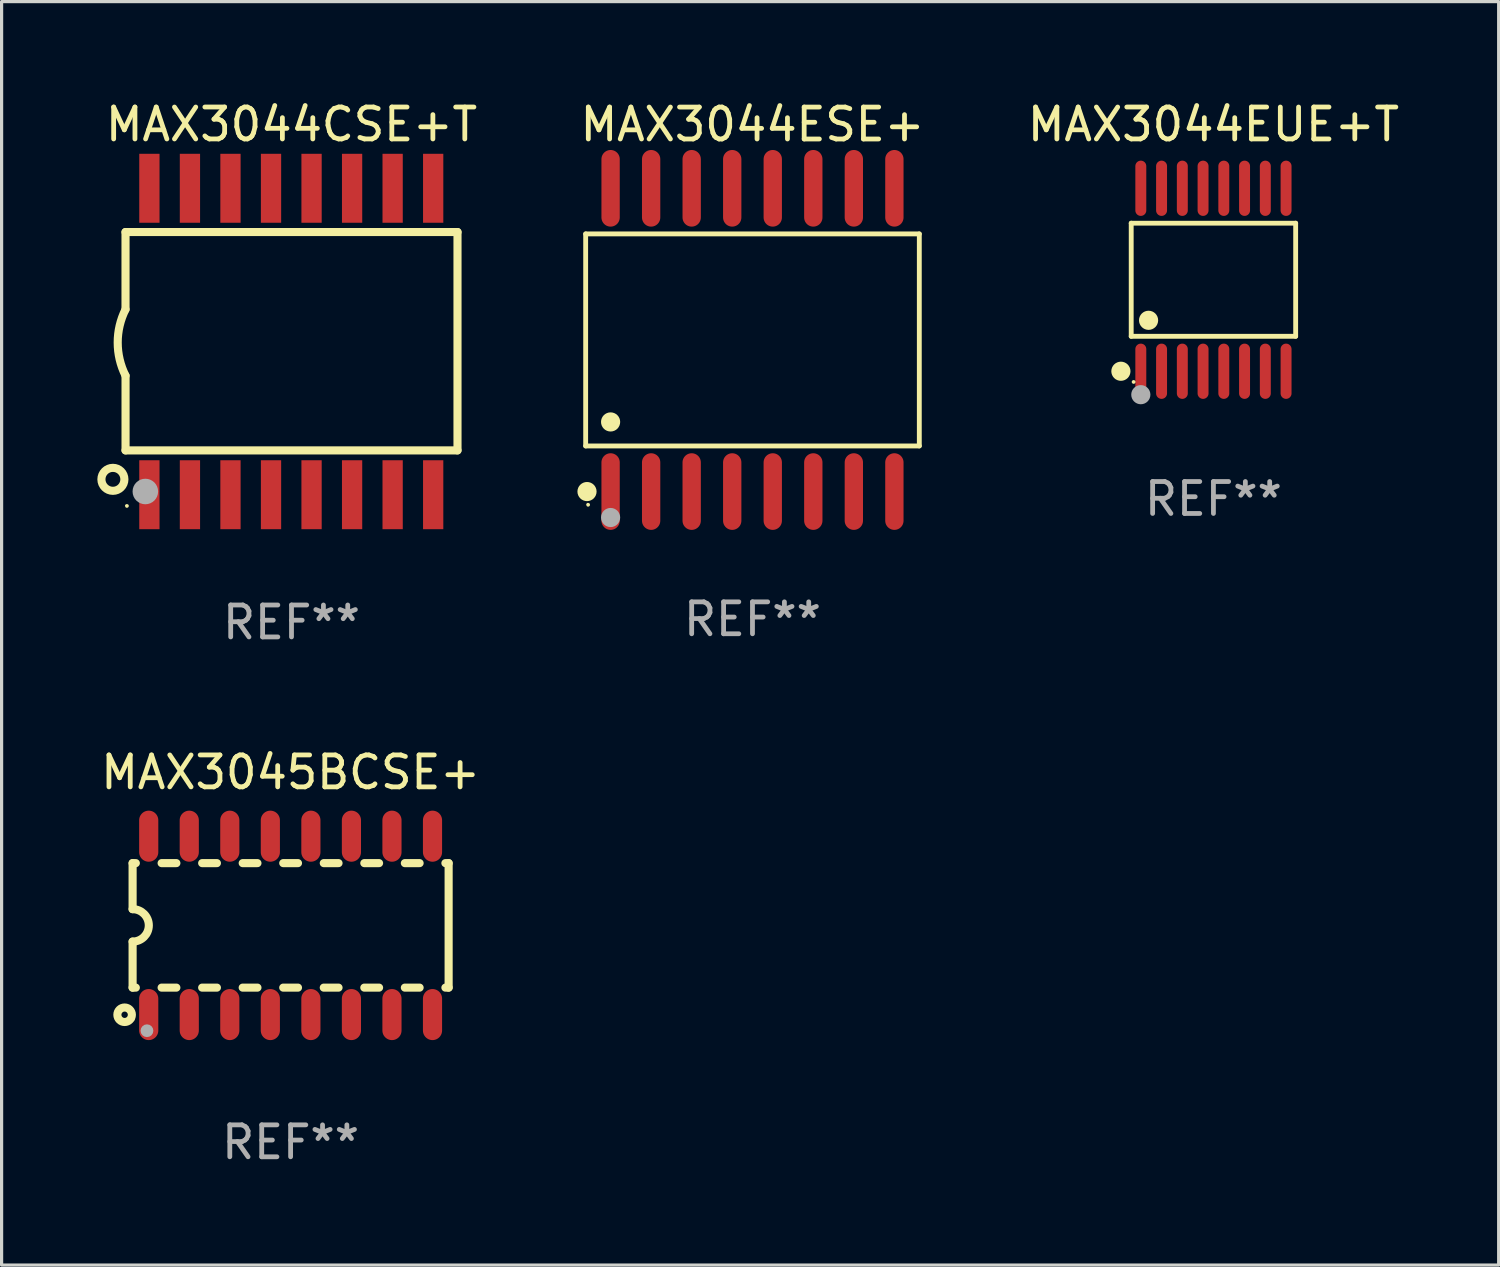
<source format=kicad_pcb>
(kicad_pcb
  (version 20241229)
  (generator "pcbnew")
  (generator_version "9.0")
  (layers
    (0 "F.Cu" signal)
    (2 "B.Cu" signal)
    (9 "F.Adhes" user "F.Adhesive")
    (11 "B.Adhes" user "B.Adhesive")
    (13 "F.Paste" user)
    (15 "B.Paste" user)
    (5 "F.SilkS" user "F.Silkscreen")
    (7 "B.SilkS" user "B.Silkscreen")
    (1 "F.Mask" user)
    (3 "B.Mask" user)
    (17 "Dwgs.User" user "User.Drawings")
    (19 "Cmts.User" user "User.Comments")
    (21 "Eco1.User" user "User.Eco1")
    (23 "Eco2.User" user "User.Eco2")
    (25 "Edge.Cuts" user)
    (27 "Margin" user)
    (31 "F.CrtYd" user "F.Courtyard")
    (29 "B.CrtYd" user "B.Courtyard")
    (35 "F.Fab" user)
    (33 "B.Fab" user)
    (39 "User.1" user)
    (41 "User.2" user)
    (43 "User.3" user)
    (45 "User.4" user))
  (footprint "MAX3044CSE+T"
    (layer "F.Cu")
    (at 6.082 7.648)
    (property "Reference" "MAX3044CSE+T" (at 0 -6.8 0) (layer "F.SilkS") (effects (font (size 1 1) (thickness 0.15))))
    (attr through_hole)
    (fp_line (start -5.2 -3.429) (end -5.2 -1.005) (stroke (width 0.254) (type solid)) (layer "F.SilkS"))
    (fp_line (start -5.2 -3.429) (end 5.2 -3.429) (stroke (width 0.254) (type solid)) (layer "F.SilkS"))
    (fp_line (start -5.2 3.411) (end 5.2 3.411) (stroke (width 0.254) (type solid)) (layer "F.SilkS"))
    (fp_line (start -5.199 1.071) (end -5.199 3.411) (stroke (width 0.254) (type solid)) (layer "F.SilkS"))
    (fp_line (start 5.2 -3.429) (end 5.2 3.411) (stroke (width 0.254) (type solid)) (layer "F.SilkS"))
    (fp_arc (start -5.199391 1.07079) (mid -5.444637 0.032863) (end -5.2 -1.005207) (stroke (width 0.254001) (type solid)) (layer "F.SilkS"))
    (fp_circle (center -5.595 4.318) (end -5.235 4.318) (stroke (width 0.254) (type solid)) (fill no) (layer "F.SilkS"))
    (fp_circle (center -5.157 5.15) (end -5.127 5.15) (stroke (width 0.06) (type solid)) (fill no) (layer "F.SilkS"))
    (fp_circle (center -4.579 4.699) (end -4.379 4.699) (stroke (width 0.4) (type solid)) (fill no) (layer "F.Fab"))
    (fp_text user "REF**" (at 0 8.8 0) (layer "F.Fab") (effects (font (size 1 1) (thickness 0.15))))
    (pad "1" smd rect (at -4.452 4.8) (size 0.635 2.16) (layers "F.Cu" "F.Mask" "F.Paste"))
    (pad "2" smd rect (at -3.182 4.8) (size 0.635 2.16) (layers "F.Cu" "F.Mask" "F.Paste"))
    (pad "3" smd rect (at -1.912 4.8) (size 0.635 2.16) (layers "F.Cu" "F.Mask" "F.Paste"))
    (pad "4" smd rect (at -0.642 4.8) (size 0.635 2.16) (layers "F.Cu" "F.Mask" "F.Paste"))
    (pad "5" smd rect (at 0.628 4.8) (size 0.635 2.16) (layers "F.Cu" "F.Mask" "F.Paste"))
    (pad "6" smd rect (at 1.898 4.8) (size 0.635 2.16) (layers "F.Cu" "F.Mask" "F.Paste"))
    (pad "7" smd rect (at 3.168 4.8) (size 0.635 2.16) (layers "F.Cu" "F.Mask" "F.Paste"))
    (pad "8" smd rect (at 4.438 4.8) (size 0.635 2.16) (layers "F.Cu" "F.Mask" "F.Paste"))
    (pad "9" smd rect (at 4.438 -4.8) (size 0.635 2.16) (layers "F.Cu" "F.Mask" "F.Paste"))
    (pad "10" smd rect (at 3.168 -4.8) (size 0.635 2.16) (layers "F.Cu" "F.Mask" "F.Paste"))
    (pad "11" smd rect (at 1.898 -4.8) (size 0.635 2.16) (layers "F.Cu" "F.Mask" "F.Paste"))
    (pad "12" smd rect (at 0.628 -4.8) (size 0.635 2.16) (layers "F.Cu" "F.Mask" "F.Paste"))
    (pad "13" smd rect (at -0.642 -4.8) (size 0.635 2.16) (layers "F.Cu" "F.Mask" "F.Paste"))
    (pad "14" smd rect (at -1.912 -4.8) (size 0.635 2.16) (layers "F.Cu" "F.Mask" "F.Paste"))
    (pad "15" smd rect (at -3.182 -4.8) (size 0.635 2.16) (layers "F.Cu" "F.Mask" "F.Paste"))
    (pad "16" smd rect (at -4.452 -4.8) (size 0.635 2.16) (layers "F.Cu" "F.Mask" "F.Paste")))
  (footprint "MAX3045BCSE+"
    (layer "F.Cu")
    (at 6.054 25.939)
    (property "Reference" "MAX3045BCSE+" (at 0 -4.794 0) (layer "F.SilkS") (effects (font (size 1 1) (thickness 0.15))))
    (attr through_hole)
    (fp_line (start -4.95 -1.95) (end -4.95 -0.508) (stroke (width 0.254) (type solid)) (layer "F.SilkS"))
    (fp_line (start -4.95 -1.95) (end -4.849 -1.95) (stroke (width 0.254) (type solid)) (layer "F.SilkS"))
    (fp_line (start -4.95 1.95) (end -4.95 0.508) (stroke (width 0.254) (type solid)) (layer "F.SilkS"))
    (fp_line (start -4.95 1.95) (end -4.849 1.95) (stroke (width 0.254) (type solid)) (layer "F.SilkS"))
    (fp_line (start -4.041 -1.95) (end -3.579 -1.95) (stroke (width 0.254) (type solid)) (layer "F.SilkS"))
    (fp_line (start -4.041 1.95) (end -3.579 1.95) (stroke (width 0.254) (type solid)) (layer "F.SilkS"))
    (fp_line (start -2.771 -1.95) (end -2.309 -1.95) (stroke (width 0.254) (type solid)) (layer "F.SilkS"))
    (fp_line (start -2.771 1.95) (end -2.309 1.95) (stroke (width 0.254) (type solid)) (layer "F.SilkS"))
    (fp_line (start -1.501 -1.95) (end -1.039 -1.95) (stroke (width 0.254) (type solid)) (layer "F.SilkS"))
    (fp_line (start -1.501 1.95) (end -1.039 1.95) (stroke (width 0.254) (type solid)) (layer "F.SilkS"))
    (fp_line (start -0.231 -1.95) (end 0.231 -1.95) (stroke (width 0.254) (type solid)) (layer "F.SilkS"))
    (fp_line (start -0.231 1.95) (end 0.231 1.95) (stroke (width 0.254) (type solid)) (layer "F.SilkS"))
    (fp_line (start 1.039 -1.95) (end 1.501 -1.95) (stroke (width 0.254) (type solid)) (layer "F.SilkS"))
    (fp_line (start 1.039 1.95) (end 1.501 1.95) (stroke (width 0.254) (type solid)) (layer "F.SilkS"))
    (fp_line (start 2.309 -1.95) (end 2.771 -1.95) (stroke (width 0.254) (type solid)) (layer "F.SilkS"))
    (fp_line (start 2.309 1.95) (end 2.771 1.95) (stroke (width 0.254) (type solid)) (layer "F.SilkS"))
    (fp_line (start 3.579 -1.95) (end 4.041 -1.95) (stroke (width 0.254) (type solid)) (layer "F.SilkS"))
    (fp_line (start 3.579 1.95) (end 4.041 1.95) (stroke (width 0.254) (type solid)) (layer "F.SilkS"))
    (fp_line (start 4.849 -1.95) (end 4.95 -1.95) (stroke (width 0.254) (type solid)) (layer "F.SilkS"))
    (fp_line (start 4.849 1.95) (end 4.95 1.95) (stroke (width 0.254) (type solid)) (layer "F.SilkS"))
    (fp_line (start 4.95 -1.95) (end 4.95 1.95) (stroke (width 0.254) (type solid)) (layer "F.SilkS"))
    (fp_arc (start -4.95047 -0.508001) (mid -4.442469 -0.000228) (end -4.950013 0.508001) (stroke (width 0.254001) (type solid)) (layer "F.SilkS"))
    (fp_circle (center -5.2 2.8) (end -5.1 2.8) (stroke (width 0.254) (type solid)) (fill no) (layer "F.SilkS"))
    (fp_circle (center -4.95 2.947) (end -4.92 2.947) (stroke (width 0.06) (type solid)) (fill no) (layer "F.SilkS"))
    (fp_circle (center -4.5 3.3) (end -4.4 3.3) (stroke (width 0.2) (type solid)) (fill no) (layer "F.Fab"))
    (fp_text user "REF**" (at 0 6.794 0) (layer "F.Fab") (effects (font (size 1 1) (thickness 0.15))))
    (pad "1" smd oval (at -4.445 2.794) (size 0.6 1.6) (layers "F.Cu" "F.Mask" "F.Paste"))
    (pad "2" smd oval (at -3.175 2.794) (size 0.6 1.6) (layers "F.Cu" "F.Mask" "F.Paste"))
    (pad "3" smd oval (at -1.905 2.794) (size 0.6 1.6) (layers "F.Cu" "F.Mask" "F.Paste"))
    (pad "4" smd oval (at -0.635 2.794) (size 0.6 1.6) (layers "F.Cu" "F.Mask" "F.Paste"))
    (pad "5" smd oval (at 0.635 2.794) (size 0.6 1.6) (layers "F.Cu" "F.Mask" "F.Paste"))
    (pad "6" smd oval (at 1.905 2.794) (size 0.6 1.6) (layers "F.Cu" "F.Mask" "F.Paste"))
    (pad "7" smd oval (at 3.175 2.794) (size 0.6 1.6) (layers "F.Cu" "F.Mask" "F.Paste"))
    (pad "8" smd oval (at 4.445 2.794) (size 0.6 1.6) (layers "F.Cu" "F.Mask" "F.Paste"))
    (pad "9" smd oval (at 4.445 -2.794) (size 0.6 1.6) (layers "F.Cu" "F.Mask" "F.Paste"))
    (pad "10" smd oval (at 3.175 -2.794) (size 0.6 1.6) (layers "F.Cu" "F.Mask" "F.Paste"))
    (pad "11" smd oval (at 1.905 -2.794) (size 0.6 1.6) (layers "F.Cu" "F.Mask" "F.Paste"))
    (pad "12" smd oval (at 0.635 -2.794) (size 0.6 1.6) (layers "F.Cu" "F.Mask" "F.Paste"))
    (pad "13" smd oval (at -0.635 -2.794) (size 0.6 1.6) (layers "F.Cu" "F.Mask" "F.Paste"))
    (pad "14" smd oval (at -1.905 -2.794) (size 0.6 1.6) (layers "F.Cu" "F.Mask" "F.Paste"))
    (pad "15" smd oval (at -3.175 -2.794) (size 0.6 1.6) (layers "F.Cu" "F.Mask" "F.Paste"))
    (pad "16" smd oval (at -4.445 -2.794) (size 0.6 1.6) (layers "F.Cu" "F.Mask" "F.Paste")))
  (footprint "MAX3044EUE+T"
    (layer "F.Cu")
    (at 34.963 5.714)
    (property "Reference" "MAX3044EUE+T" (at 0 -4.866 0) (layer "F.SilkS") (effects (font (size 1 1) (thickness 0.15))))
    (attr through_hole)
    (fp_line (start -2.576 -1.772) (end 2.576 -1.772) (stroke (width 0.152) (type solid)) (layer "F.SilkS"))
    (fp_line (start -2.576 1.771) (end -2.576 -1.772) (stroke (width 0.152) (type solid)) (layer "F.SilkS"))
    (fp_line (start 2.576 -1.772) (end 2.576 1.771) (stroke (width 0.152) (type solid)) (layer "F.SilkS"))
    (fp_line (start 2.576 1.771) (end -2.576 1.771) (stroke (width 0.152) (type solid)) (layer "F.SilkS"))
    (fp_circle (center -2.899 2.866) (end -2.749 2.866) (stroke (width 0.3) (type solid)) (fill no) (layer "F.SilkS"))
    (fp_circle (center -2.5 3.2) (end -2.47 3.2) (stroke (width 0.06) (type solid)) (fill no) (layer "F.SilkS"))
    (fp_circle (center -2.032 1.27) (end -1.882 1.27) (stroke (width 0.3) (type solid)) (fill no) (layer "F.SilkS"))
    (fp_circle (center -2.275 3.6) (end -2.125 3.6) (stroke (width 0.3) (type solid)) (fill no) (layer "F.Fab"))
    (fp_text user "REF**" (at 0 6.866 0) (layer "F.Fab") (effects (font (size 1 1) (thickness 0.15))))
    (pad "1" smd oval (at -2.275 2.866) (size 0.343 1.731) (layers "F.Cu" "F.Mask" "F.Paste"))
    (pad "2" smd oval (at -1.625 2.866) (size 0.343 1.731) (layers "F.Cu" "F.Mask" "F.Paste"))
    (pad "3" smd oval (at -0.975 2.866) (size 0.343 1.731) (layers "F.Cu" "F.Mask" "F.Paste"))
    (pad "4" smd oval (at -0.325 2.866) (size 0.343 1.731) (layers "F.Cu" "F.Mask" "F.Paste"))
    (pad "5" smd oval (at 0.325 2.866) (size 0.343 1.731) (layers "F.Cu" "F.Mask" "F.Paste"))
    (pad "6" smd oval (at 0.975 2.866) (size 0.343 1.731) (layers "F.Cu" "F.Mask" "F.Paste"))
    (pad "7" smd oval (at 1.625 2.866) (size 0.343 1.731) (layers "F.Cu" "F.Mask" "F.Paste"))
    (pad "8" smd oval (at 2.275 2.866) (size 0.343 1.731) (layers "F.Cu" "F.Mask" "F.Paste"))
    (pad "9" smd oval (at 2.275 -2.866) (size 0.343 1.731) (layers "F.Cu" "F.Mask" "F.Paste"))
    (pad "10" smd oval (at 1.625 -2.866) (size 0.343 1.731) (layers "F.Cu" "F.Mask" "F.Paste"))
    (pad "11" smd oval (at 0.975 -2.866) (size 0.343 1.731) (layers "F.Cu" "F.Mask" "F.Paste"))
    (pad "12" smd oval (at 0.325 -2.866) (size 0.343 1.731) (layers "F.Cu" "F.Mask" "F.Paste"))
    (pad "13" smd oval (at -0.325 -2.866) (size 0.343 1.731) (layers "F.Cu" "F.Mask" "F.Paste"))
    (pad "14" smd oval (at -0.975 -2.866) (size 0.343 1.731) (layers "F.Cu" "F.Mask" "F.Paste"))
    (pad "15" smd oval (at -1.625 -2.866) (size 0.343 1.731) (layers "F.Cu" "F.Mask" "F.Paste"))
    (pad "16" smd oval (at -2.275 -2.866) (size 0.343 1.731) (layers "F.Cu" "F.Mask" "F.Paste")))
  (footprint "MAX3044ESE+"
    (layer "F.Cu")
    (at 20.523 7.599)
    (property "Reference" "MAX3044ESE+" (at 0 -6.75 0) (layer "F.SilkS") (effects (font (size 1 1) (thickness 0.15))))
    (attr through_hole)
    (fp_line (start -5.226 -3.321) (end 5.226 -3.321) (stroke (width 0.152) (type solid)) (layer "F.SilkS"))
    (fp_line (start -5.226 3.321) (end -5.226 -3.321) (stroke (width 0.152) (type solid)) (layer "F.SilkS"))
    (fp_line (start 5.226 -3.321) (end 5.226 3.321) (stroke (width 0.152) (type solid)) (layer "F.SilkS"))
    (fp_line (start 5.226 3.321) (end -5.226 3.321) (stroke (width 0.152) (type solid)) (layer "F.SilkS"))
    (fp_circle (center -5.184 4.75) (end -5.034 4.75) (stroke (width 0.3) (type solid)) (fill no) (layer "F.SilkS"))
    (fp_circle (center -5.15 5.163) (end -5.12 5.163) (stroke (width 0.06) (type solid)) (fill no) (layer "F.SilkS"))
    (fp_circle (center -4.445 2.569) (end -4.295 2.569) (stroke (width 0.3) (type solid)) (fill no) (layer "F.SilkS"))
    (fp_circle (center -4.445 5.563) (end -4.295 5.563) (stroke (width 0.3) (type solid)) (fill no) (layer "F.Fab"))
    (fp_text user "REF**" (at 0 8.75 0) (layer "F.Fab") (effects (font (size 1 1) (thickness 0.15))))
    (pad "1" smd oval (at -4.445 4.75) (size 0.574 2.401) (layers "F.Cu" "F.Mask" "F.Paste"))
    (pad "2" smd oval (at -3.175 4.75) (size 0.574 2.401) (layers "F.Cu" "F.Mask" "F.Paste"))
    (pad "3" smd oval (at -1.905 4.75) (size 0.574 2.401) (layers "F.Cu" "F.Mask" "F.Paste"))
    (pad "4" smd oval (at -0.635 4.75) (size 0.574 2.401) (layers "F.Cu" "F.Mask" "F.Paste"))
    (pad "5" smd oval (at 0.635 4.75) (size 0.574 2.401) (layers "F.Cu" "F.Mask" "F.Paste"))
    (pad "6" smd oval (at 1.905 4.75) (size 0.574 2.401) (layers "F.Cu" "F.Mask" "F.Paste"))
    (pad "7" smd oval (at 3.175 4.75) (size 0.574 2.401) (layers "F.Cu" "F.Mask" "F.Paste"))
    (pad "8" smd oval (at 4.445 4.75) (size 0.574 2.401) (layers "F.Cu" "F.Mask" "F.Paste"))
    (pad "9" smd oval (at 4.445 -4.75) (size 0.574 2.401) (layers "F.Cu" "F.Mask" "F.Paste"))
    (pad "10" smd oval (at 3.175 -4.75) (size 0.574 2.401) (layers "F.Cu" "F.Mask" "F.Paste"))
    (pad "11" smd oval (at 1.905 -4.75) (size 0.574 2.401) (layers "F.Cu" "F.Mask" "F.Paste"))
    (pad "12" smd oval (at 0.635 -4.75) (size 0.574 2.401) (layers "F.Cu" "F.Mask" "F.Paste"))
    (pad "13" smd oval (at -0.635 -4.75) (size 0.574 2.401) (layers "F.Cu" "F.Mask" "F.Paste"))
    (pad "14" smd oval (at -1.905 -4.75) (size 0.574 2.401) (layers "F.Cu" "F.Mask" "F.Paste"))
    (pad "15" smd oval (at -3.175 -4.75) (size 0.574 2.401) (layers "F.Cu" "F.Mask" "F.Paste"))
    (pad "16" smd oval (at -4.445 -4.75) (size 0.574 2.401) (layers "F.Cu" "F.Mask" "F.Paste")))
  (gr_rect
    (start -3 -3)
    (end 43.898 36.581)
    (stroke (width 0.1) (type default))
    (fill no)
    (layer "Edge.Cuts")))
</source>
